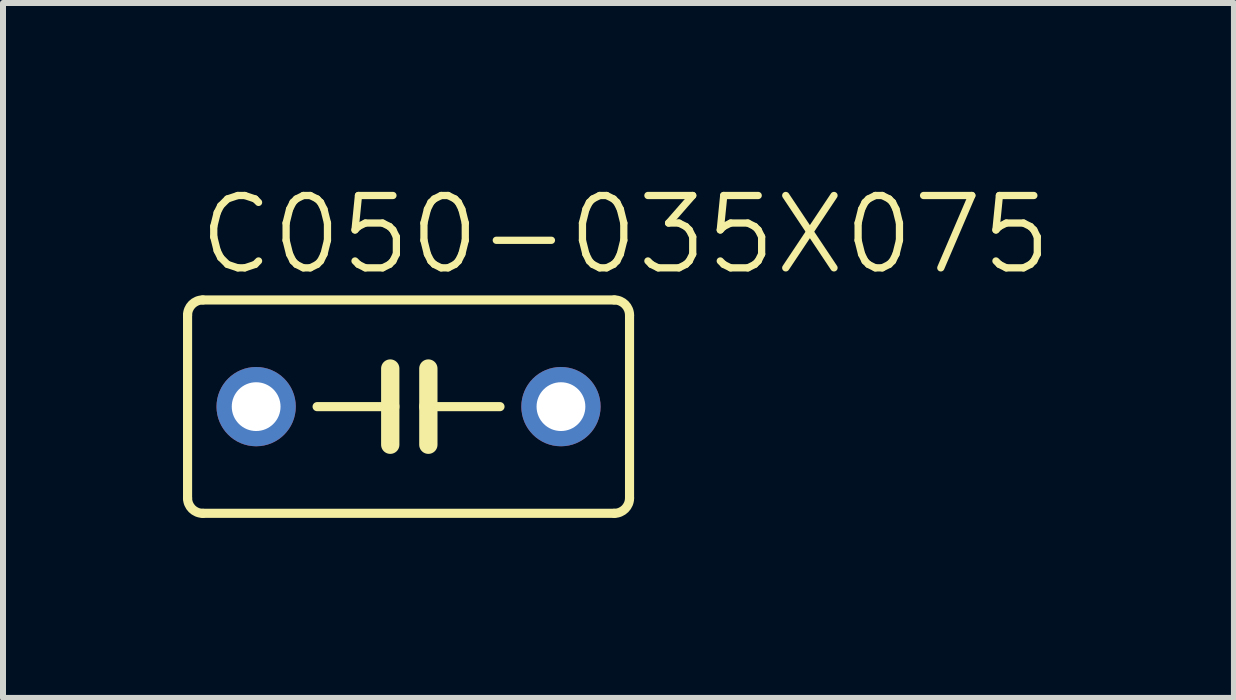
<source format=kicad_pcb>
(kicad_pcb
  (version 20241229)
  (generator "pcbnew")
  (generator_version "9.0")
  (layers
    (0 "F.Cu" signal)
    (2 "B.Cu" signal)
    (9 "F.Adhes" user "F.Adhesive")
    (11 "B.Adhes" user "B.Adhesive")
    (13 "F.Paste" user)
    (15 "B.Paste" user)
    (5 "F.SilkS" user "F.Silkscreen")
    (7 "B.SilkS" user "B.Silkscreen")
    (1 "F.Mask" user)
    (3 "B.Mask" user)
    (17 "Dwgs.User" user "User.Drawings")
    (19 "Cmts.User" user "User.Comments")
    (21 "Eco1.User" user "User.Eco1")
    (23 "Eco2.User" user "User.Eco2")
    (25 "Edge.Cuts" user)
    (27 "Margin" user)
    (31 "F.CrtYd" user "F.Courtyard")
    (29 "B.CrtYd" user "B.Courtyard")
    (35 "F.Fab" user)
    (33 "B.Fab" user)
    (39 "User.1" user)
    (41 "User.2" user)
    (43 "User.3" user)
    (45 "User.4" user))
  (footprint "C050-035X075"
    (layer "F.Cu")
    (at 3.759 3.727)
    (property "Reference" "C050-035X075" (at -3.556 -2.159 0) (layer "F.SilkS") (effects (font (size 1.206 1.206) (thickness 0.121)) (justify left bottom)))
    (attr through_hole)
    (fp_line (start -3.683 -1.524) (end -3.683 1.524) (stroke (width 0.152) (type solid)) (layer "F.SilkS"))
    (fp_line (start -3.429 1.778) (end 3.429 1.778) (stroke (width 0.152) (type solid)) (layer "F.SilkS"))
    (fp_line (start -0.305 -0.635) (end -0.305 0) (stroke (width 0.305) (type solid)) (layer "F.SilkS"))
    (fp_line (start -0.305 0) (end -1.524 0) (stroke (width 0.152) (type solid)) (layer "F.SilkS"))
    (fp_line (start -0.305 0) (end -0.305 0.635) (stroke (width 0.305) (type solid)) (layer "F.SilkS"))
    (fp_line (start 0.33 -0.635) (end 0.33 0) (stroke (width 0.305) (type solid)) (layer "F.SilkS"))
    (fp_line (start 0.33 0) (end 0.33 0.635) (stroke (width 0.305) (type solid)) (layer "F.SilkS"))
    (fp_line (start 0.33 0) (end 1.524 0) (stroke (width 0.152) (type solid)) (layer "F.SilkS"))
    (fp_line (start 3.429 -1.778) (end -3.429 -1.778) (stroke (width 0.152) (type solid)) (layer "F.SilkS"))
    (fp_line (start 3.683 1.524) (end 3.683 -1.524) (stroke (width 0.152) (type solid)) (layer "F.SilkS"))
    (fp_arc (start -3.683 -1.524) (mid -3.608605 -1.703605) (end -3.429 -1.778) (stroke (width 0.1524) (type solid)) (layer "F.SilkS"))
    (fp_arc (start -3.429 1.778) (mid -3.608605 1.703605) (end -3.683 1.524) (stroke (width 0.1524) (type solid)) (layer "F.SilkS"))
    (fp_arc (start 3.429 -1.778) (mid 3.608605 -1.703605) (end 3.683 -1.524) (stroke (width 0.1524) (type solid)) (layer "F.SilkS"))
    (fp_arc (start 3.683 1.524) (mid 3.608605 1.703605) (end 3.429 1.778) (stroke (width 0.1524) (type solid)) (layer "F.SilkS"))
    (pad "1" thru_hole circle (at -2.54 0) (size 1.321 1.321) (drill 0.813) (layers "*.Cu" "*.Mask"))
    (pad "2" thru_hole circle (at 2.54 0) (size 1.321 1.321) (drill 0.813) (layers "*.Cu" "*.Mask")))
  (gr_rect
    (start -3 -3)
    (end 17.515 8.582)
    (stroke (width 0.1) (type default))
    (fill no)
    (layer "Edge.Cuts")))
</source>
